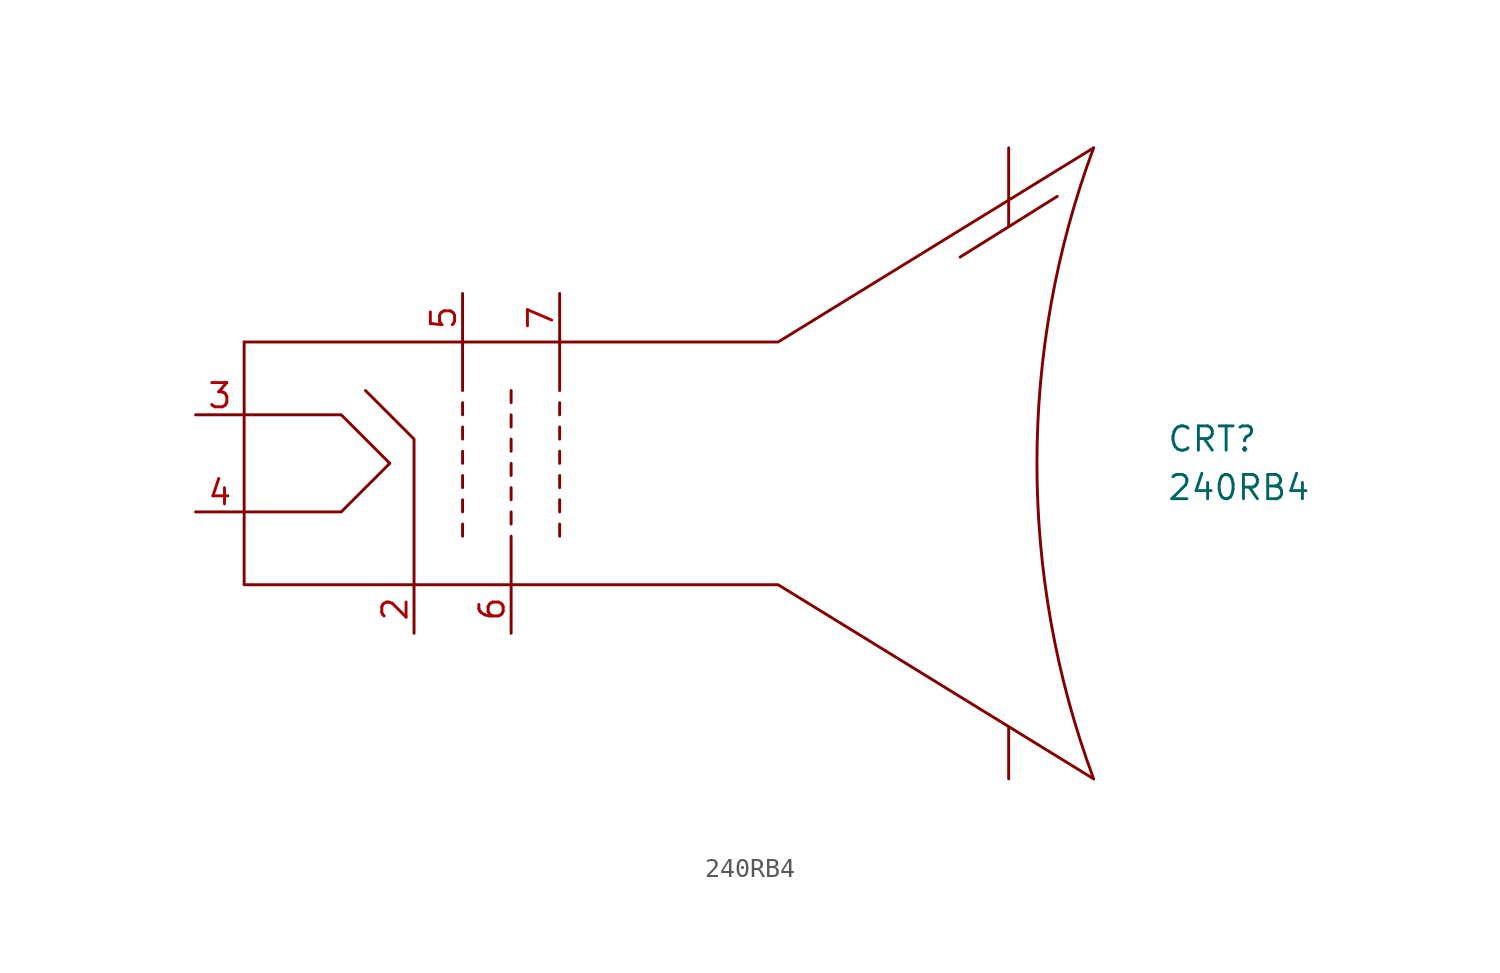
<source format=kicad_sym>
(kicad_symbol_lib
  (version 20211014)
  (generator kicad_symbol_editor)
  (symbol "240RB4"
    (property "Reference" "CRT"
      (at 27.94 1.27 0)
      (effects (font (size 1.27 1.27)) (justify left)))
    (property "Value" "240RB4"
      (at 27.94 -1.27 0)
      (effects (font (size 1.27 1.27)) (justify left)))
    (symbol "240RB4_0_1"
      (polyline (pts (xy -20.32 6.35) (xy -20.32 -6.35)) (stroke (width 0) (type default) (color 0 0 0 0)) (fill (type none)))
      (polyline (pts (xy -8.89 -3.175) (xy -8.89 -3.81)) (stroke (width 0) (type default) (color 0 0 0 0)) (fill (type none)))
      (polyline (pts (xy -8.89 -1.905) (xy -8.89 -2.54)) (stroke (width 0) (type default) (color 0 0 0 0)) (fill (type none)))
      (polyline (pts (xy -8.89 -0.635) (xy -8.89 -1.27)) (stroke (width 0) (type default) (color 0 0 0 0)) (fill (type none)))
      (polyline (pts (xy -8.89 0.635) (xy -8.89 0)) (stroke (width 0) (type default) (color 0 0 0 0)) (fill (type none)))
      (polyline (pts (xy -8.89 1.905) (xy -8.89 1.27)) (stroke (width 0) (type default) (color 0 0 0 0)) (fill (type none)))
      (polyline (pts (xy -8.89 3.175) (xy -8.89 2.54)) (stroke (width 0) (type default) (color 0 0 0 0)) (fill (type none)))
      (polyline (pts (xy -8.89 6.35) (xy -8.89 3.81)) (stroke (width 0) (type default) (color 0 0 0 0)) (fill (type none)))
      (polyline (pts (xy -6.35 -6.35) (xy -6.35 -3.81)) (stroke (width 0) (type default) (color 0 0 0 0)) (fill (type none)))
      (polyline (pts (xy -6.35 -3.175) (xy -6.35 -2.54)) (stroke (width 0) (type default) (color 0 0 0 0)) (fill (type none)))
      (polyline (pts (xy -6.35 -1.905) (xy -6.35 -1.27)) (stroke (width 0) (type default) (color 0 0 0 0)) (fill (type none)))
      (polyline (pts (xy -6.35 -0.635) (xy -6.35 0)) (stroke (width 0) (type default) (color 0 0 0 0)) (fill (type none)))
      (polyline (pts (xy -6.35 0.635) (xy -6.35 1.27)) (stroke (width 0) (type default) (color 0 0 0 0)) (fill (type none)))
      (polyline (pts (xy -6.35 1.905) (xy -6.35 2.54)) (stroke (width 0) (type default) (color 0 0 0 0)) (fill (type none)))
      (polyline (pts (xy -6.35 3.175) (xy -6.35 3.81)) (stroke (width 0) (type default) (color 0 0 0 0)) (fill (type none)))
      (polyline (pts (xy -3.81 -3.175) (xy -3.81 -3.81)) (stroke (width 0) (type default) (color 0 0 0 0)) (fill (type none)))
      (polyline (pts (xy -3.81 -1.905) (xy -3.81 -2.54)) (stroke (width 0) (type default) (color 0 0 0 0)) (fill (type none)))
      (polyline (pts (xy -3.81 -0.635) (xy -3.81 -1.27)) (stroke (width 0) (type default) (color 0 0 0 0)) (fill (type none)))
      (polyline (pts (xy -3.81 0.635) (xy -3.81 0)) (stroke (width 0) (type default) (color 0 0 0 0)) (fill (type none)))
      (polyline (pts (xy -3.81 1.905) (xy -3.81 1.27)) (stroke (width 0) (type default) (color 0 0 0 0)) (fill (type none)))
      (polyline (pts (xy -3.81 3.175) (xy -3.81 2.54)) (stroke (width 0) (type default) (color 0 0 0 0)) (fill (type none)))
      (polyline (pts (xy -3.81 6.35) (xy -3.81 3.81)) (stroke (width 0) (type default) (color 0 0 0 0)) (fill (type none)))
      (polyline (pts (xy 17.145 10.795) (xy 22.225 13.97)) (stroke (width 0) (type default) (color 0 0 0 0)) (fill (type none)))
      (polyline (pts (xy -20.32 -6.35) (xy 7.62 -6.35) (xy 24.13 -16.51)) (stroke (width 0) (type default) (color 0 0 0 0)) (fill (type none)))
      (polyline (pts (xy -20.32 6.35) (xy 7.62 6.35) (xy 24.13 16.51)) (stroke (width 0) (type default) (color 0 0 0 0)) (fill (type none)))
      (polyline (pts (xy -11.43 -6.35) (xy -11.43 0) (xy -11.43 1.27) (xy -13.97 3.81)) (stroke (width 0) (type default) (color 0 0 0 0)) (fill (type none)))
      (polyline (pts (xy -20.32 2.54) (xy -15.24 2.54) (xy -12.7 0) (xy -15.24 -2.54) (xy -20.32 -2.54)) (stroke (width 0) (type default) (color 0 0 0 0)) (fill (type none)))
      (arc (start 24.13 16.51) (mid -67.7832 0) (end 24.13 -16.51) (stroke (width 0) (type default) (color 0 0 0 0)) (fill (type none))))
    (symbol "240RB4_1_1"
      (pin input line (at 19.685 -16.51 90) (length 2.7) (name "" (effects (font (size 1.27 1.27)))) (number "" (effects (font (size 1.27 1.27)))))
      (pin input line (at 19.685 16.51 270) (length 4.1) (name "" (effects (font (size 1.27 1.27)))) (number "" (effects (font (size 1.27 1.27)))))
      (pin input line (at -11.43 -8.89 90) (length 2.54) (name "" (effects (font (size 1.27 1.27)))) (number "2" (effects (font (size 1.27 1.27)))))
      (pin input line (at -22.86 2.54 0) (length 2.54) (name "" (effects (font (size 1.27 1.27)))) (number "3" (effects (font (size 1.27 1.27)))))
      (pin input line (at -22.86 -2.54 0) (length 2.54) (name "" (effects (font (size 1.27 1.27)))) (number "4" (effects (font (size 1.27 1.27)))))
      (pin input line (at -8.89 8.89 270) (length 2.54) (name "" (effects (font (size 1.27 1.27)))) (number "5" (effects (font (size 1.27 1.27)))))
      (pin input line (at -6.35 -8.89 90) (length 2.54) (name "" (effects (font (size 1.27 1.27)))) (number "6" (effects (font (size 1.27 1.27)))))
      (pin input line (at -3.81 8.89 270) (length 2.54) (name "" (effects (font (size 1.27 1.27)))) (number "7" (effects (font (size 1.27 1.27))))))))
</source>
